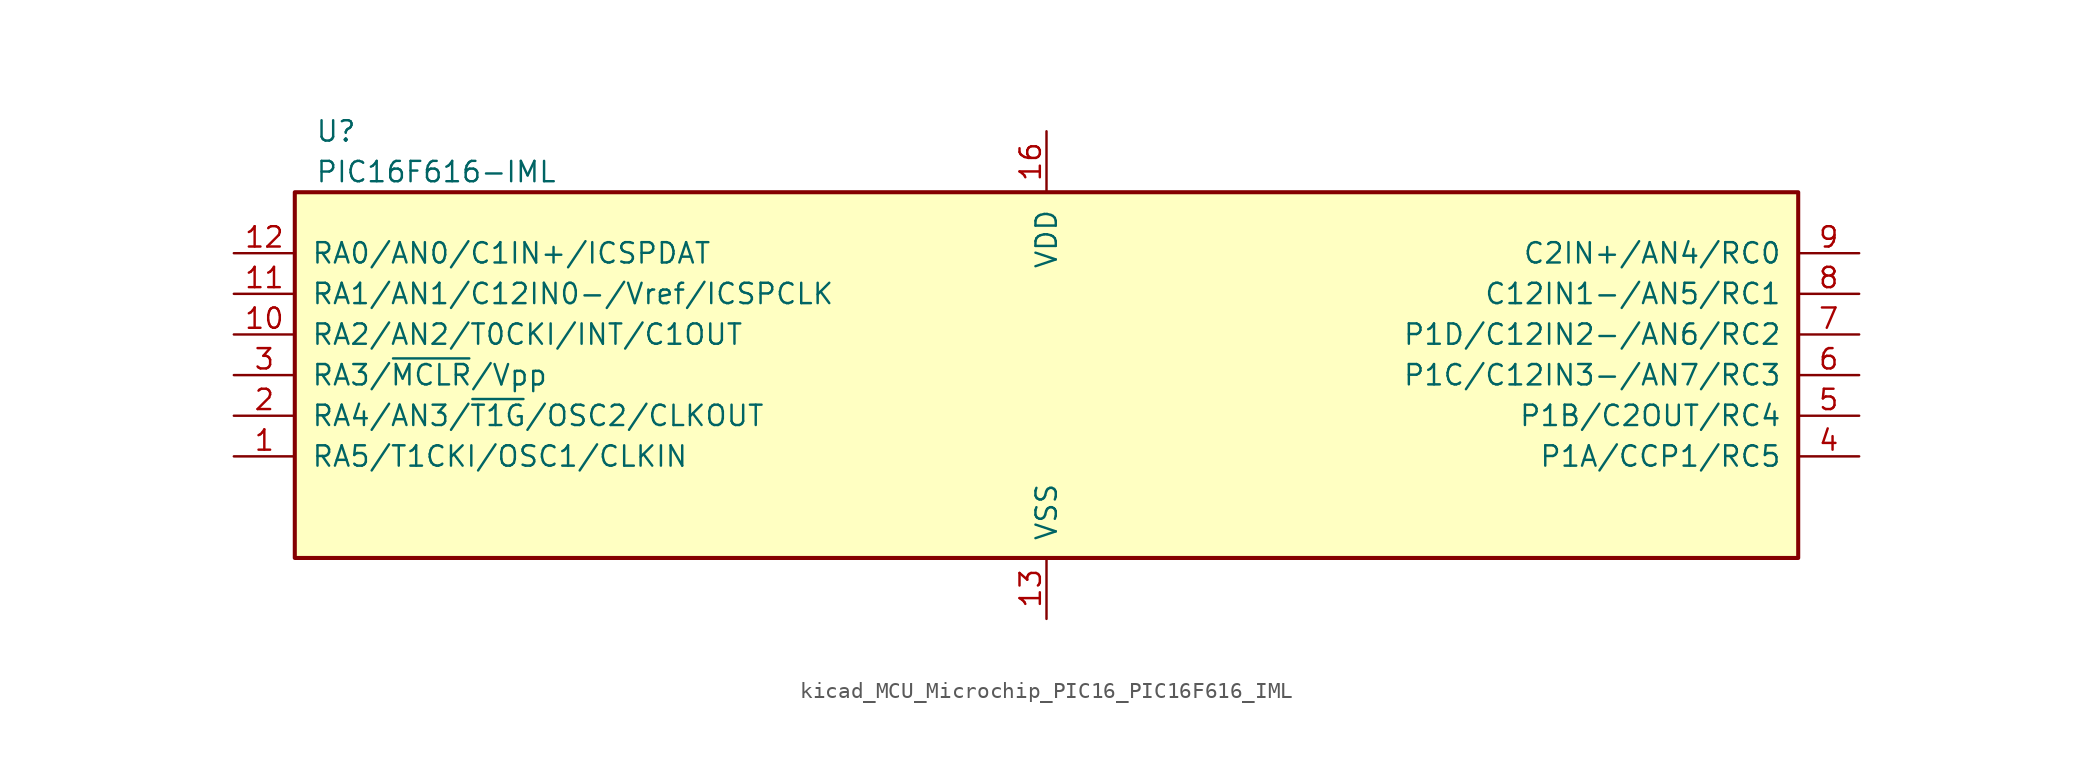
<source format=kicad_sym>
(kicad_symbol_lib
  (version 20220914)
  (generator kicad_symbol_editor)
  (symbol "kicad_MCU_Microchip_PIC16_PIC16F616_IML"
    (pin_names
      (offset 1.016))
    (property "Reference" "U"
      (at -45.72 15.24 0)
      (effects (font (size 1.27 1.27)) (justify left)))
    (property "Value" "PIC16F616-IML"
      (at -45.72 12.7 0)
      (effects (font (size 1.27 1.27)) (justify left)))
    (symbol "kicad_MCU_Microchip_PIC16_PIC16F616_IML_0_1"
      (rectangle (start -46.99 11.43) (end 46.99 -11.43) (stroke (width 0.254) (type default)) (fill (type background)))
      (pin bidirectional line (at -50.8 -5.08 0) (length 3.81) (name "RA5/T1CKI/OSC1/CLKIN" (effects (font (size 1.27 1.27)))) (number "1" (effects (font (size 1.27 1.27))))))
    (symbol "kicad_MCU_Microchip_PIC16_PIC16F616_IML_1_1"
      (pin bidirectional line (at -50.8 2.54 0) (length 3.81) (name "RA2/AN2/T0CKI/INT/C1OUT" (effects (font (size 1.27 1.27)))) (number "10" (effects (font (size 1.27 1.27)))))
      (pin bidirectional line (at -50.8 5.08 0) (length 3.81) (name "RA1/AN1/C12IN0-/Vref/ICSPCLK" (effects (font (size 1.27 1.27)))) (number "11" (effects (font (size 1.27 1.27)))))
      (pin bidirectional line (at -50.8 7.62 0) (length 3.81) (name "RA0/AN0/C1IN+/ICSPDAT" (effects (font (size 1.27 1.27)))) (number "12" (effects (font (size 1.27 1.27)))))
      (pin power_in line (at 0 -15.24 90) (length 3.81) (name "VSS" (effects (font (size 1.27 1.27)))) (number "13" (effects (font (size 1.27 1.27)))))
      (pin power_in line (at 0 15.24 270) (length 3.81) (name "VDD" (effects (font (size 1.27 1.27)))) (number "16" (effects (font (size 1.27 1.27)))))
      (pin bidirectional line (at -50.8 -2.54 0) (length 3.81) (name "RA4/AN3/~{T1G}/OSC2/CLKOUT" (effects (font (size 1.27 1.27)))) (number "2" (effects (font (size 1.27 1.27)))))
      (pin input line (at -50.8 0 0) (length 3.81) (name "RA3/~{MCLR}/Vpp" (effects (font (size 1.27 1.27)))) (number "3" (effects (font (size 1.27 1.27)))))
      (pin bidirectional line (at 50.8 -5.08 180) (length 3.81) (name "P1A/CCP1/RC5" (effects (font (size 1.27 1.27)))) (number "4" (effects (font (size 1.27 1.27)))))
      (pin bidirectional line (at 50.8 -2.54 180) (length 3.81) (name "P1B/C2OUT/RC4" (effects (font (size 1.27 1.27)))) (number "5" (effects (font (size 1.27 1.27)))))
      (pin bidirectional line (at 50.8 0 180) (length 3.81) (name "P1C/C12IN3-/AN7/RC3" (effects (font (size 1.27 1.27)))) (number "6" (effects (font (size 1.27 1.27)))))
      (pin bidirectional line (at 50.8 2.54 180) (length 3.81) (name "P1D/C12IN2-/AN6/RC2" (effects (font (size 1.27 1.27)))) (number "7" (effects (font (size 1.27 1.27)))))
      (pin bidirectional line (at 50.8 5.08 180) (length 3.81) (name "C12IN1-/AN5/RC1" (effects (font (size 1.27 1.27)))) (number "8" (effects (font (size 1.27 1.27)))))
      (pin bidirectional line (at 50.8 7.62 180) (length 3.81) (name "C2IN+/AN4/RC0" (effects (font (size 1.27 1.27)))) (number "9" (effects (font (size 1.27 1.27))))))))
</source>
